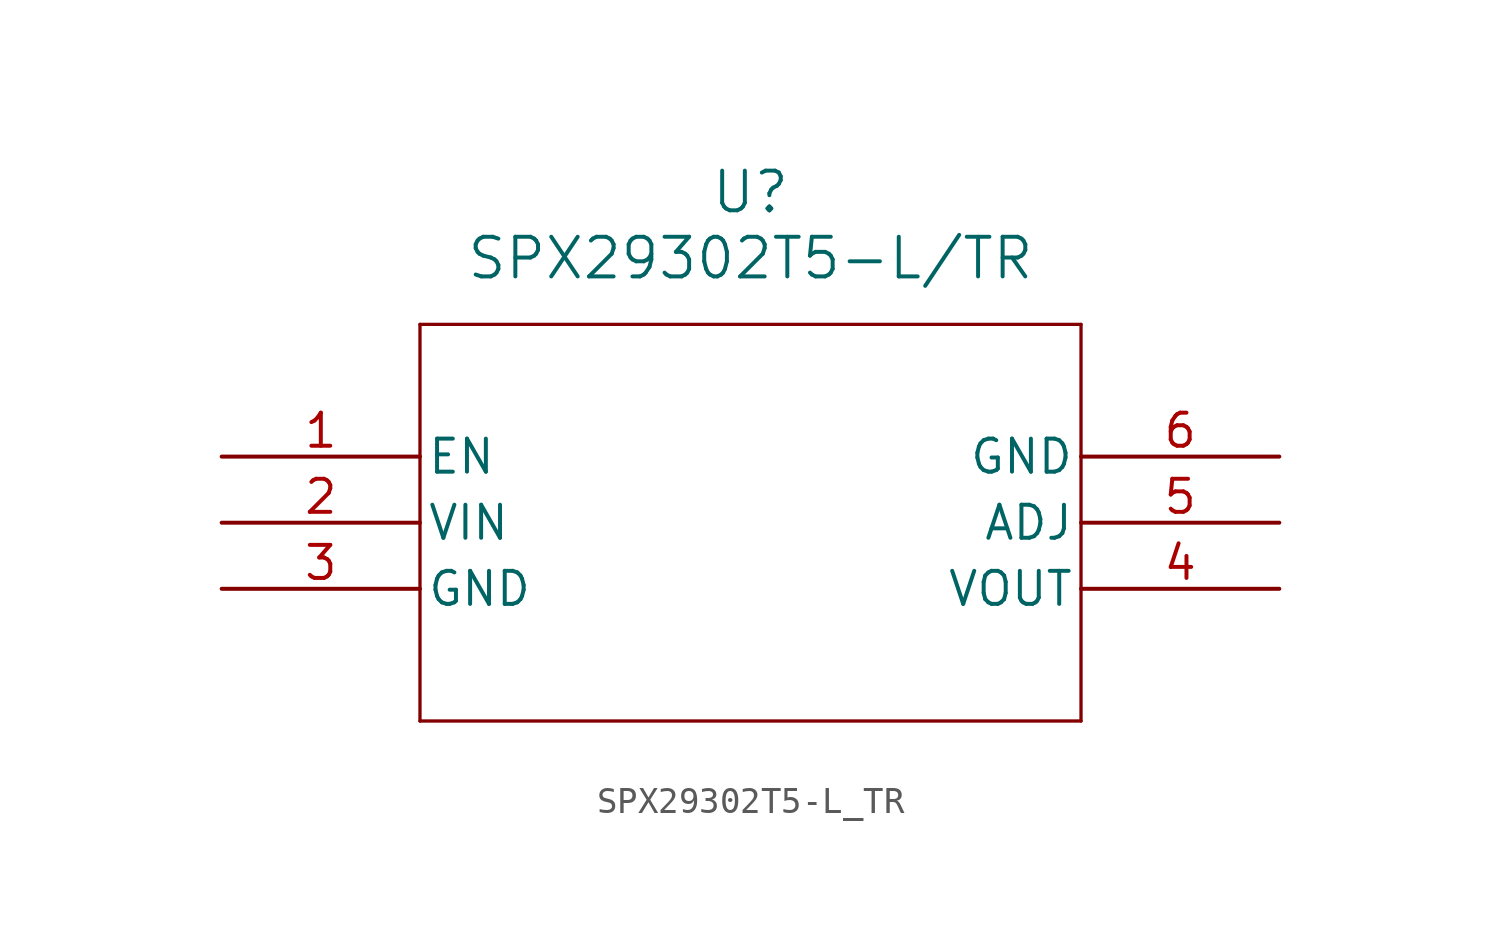
<source format=kicad_sym>
(kicad_symbol_lib
  (version 20211014)
  (generator kicad_symbol_editor)
  (symbol "SPX29302T5-L_TR"
    (pin_names
      (offset 0.254))
    (property "Reference" "U"
      (at 20.32 10.16 0)
      (effects (font (size 1.524 1.524))))
    (property "Value" "SPX29302T5-L/TR"
      (at 20.32 7.62 0)
      (effects (font (size 1.524 1.524))))
    (symbol "SPX29302T5-L_TR_0_1"
      (polyline (pts (xy 7.62 5.08) (xy 7.62 -10.16)) (stroke (width 0.127) (type default) (color 0 0 0 0)) (fill (type none)))
      (polyline (pts (xy 7.62 -10.16) (xy 33.02 -10.16)) (stroke (width 0.127) (type default) (color 0 0 0 0)) (fill (type none)))
      (polyline (pts (xy 33.02 -10.16) (xy 33.02 5.08)) (stroke (width 0.127) (type default) (color 0 0 0 0)) (fill (type none)))
      (polyline (pts (xy 33.02 5.08) (xy 7.62 5.08)) (stroke (width 0.127) (type default) (color 0 0 0 0)) (fill (type none)))
      (pin input line (at 0 0 0) (length 7.62) (name "EN" (effects (font (size 1.27 1.27)))) (number "1" (effects (font (size 1.27 1.27)))))
      (pin power_in line (at 0 -2.54 0) (length 7.62) (name "VIN" (effects (font (size 1.27 1.27)))) (number "2" (effects (font (size 1.27 1.27)))))
      (pin power_out line (at 0 -5.08 0) (length 7.62) (name "GND" (effects (font (size 1.27 1.27)))) (number "3" (effects (font (size 1.27 1.27)))))
      (pin output line (at 40.64 -5.08 180) (length 7.62) (name "VOUT" (effects (font (size 1.27 1.27)))) (number "4" (effects (font (size 1.27 1.27)))))
      (pin input line (at 40.64 -2.54 180) (length 7.62) (name "ADJ" (effects (font (size 1.27 1.27)))) (number "5" (effects (font (size 1.27 1.27)))))
      (pin power_out line (at 40.64 0 180) (length 7.62) (name "GND" (effects (font (size 1.27 1.27)))) (number "6" (effects (font (size 1.27 1.27))))))))
</source>
